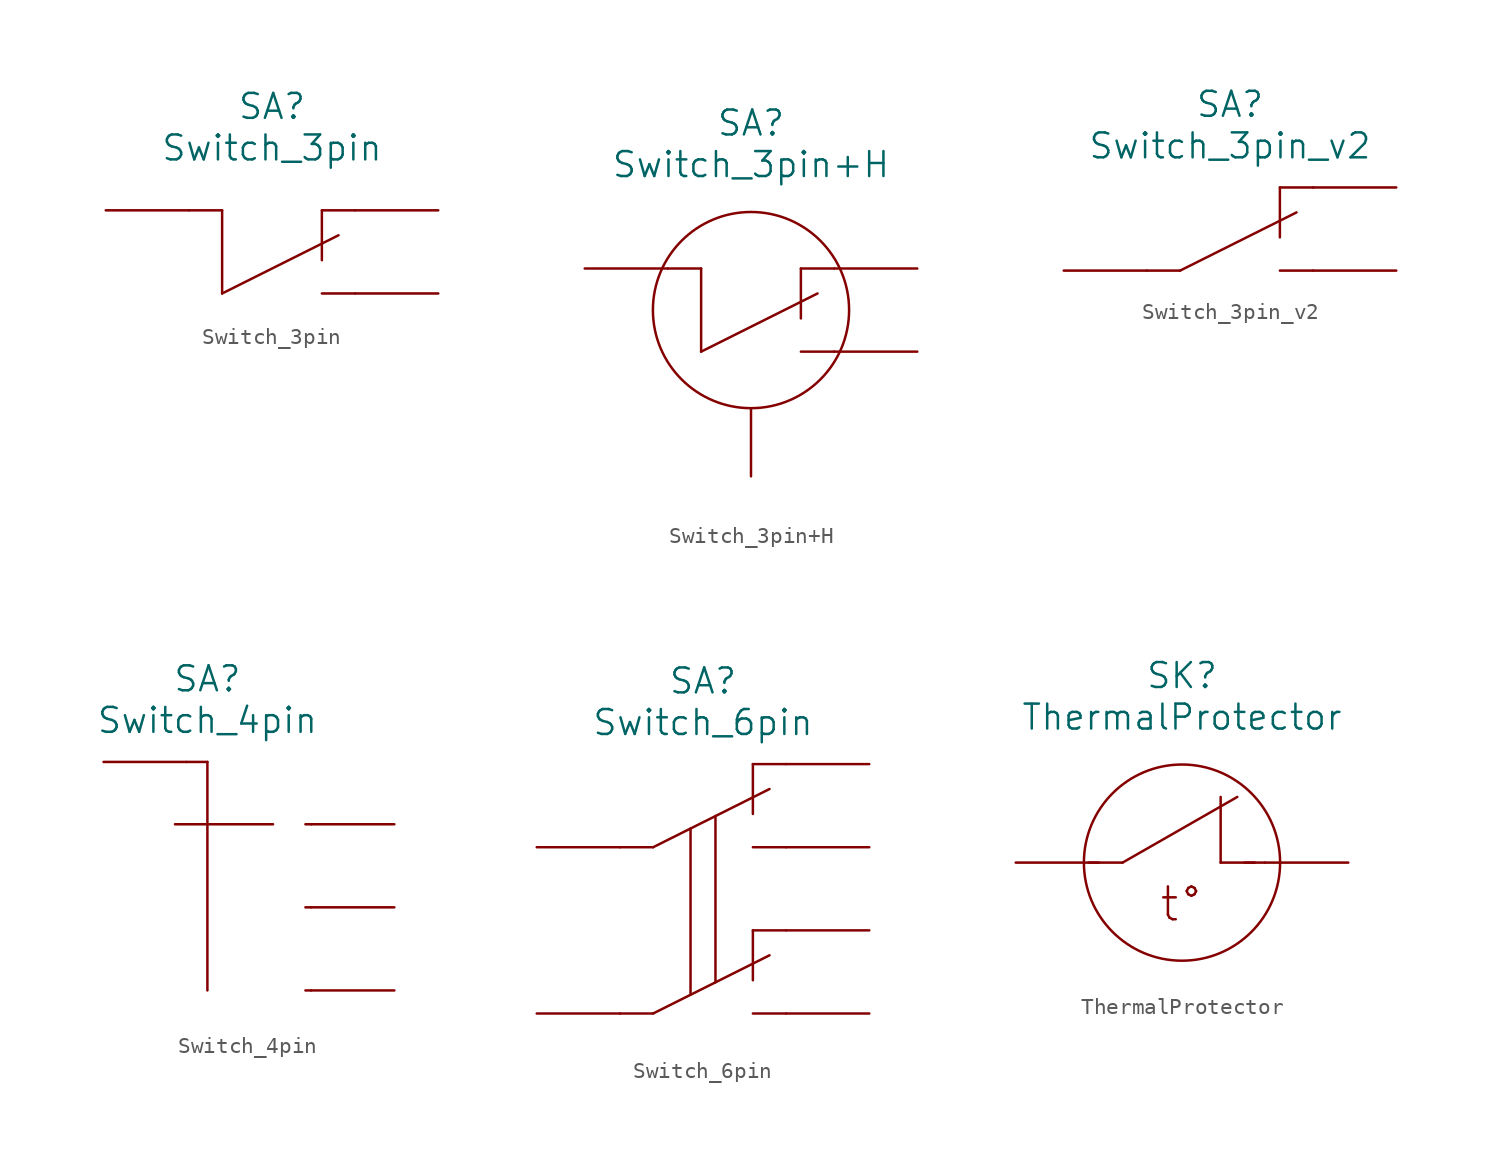
<source format=kicad_sym>
(kicad_symbol_lib
  (version 20220914)
  (generator kicad_symbol_editor)
  (symbol "Switch_3pin"
    (pin_numbers hide)
    (pin_names
      (offset 1.016) hide)
    (property "Reference" "SA"
      (at 0 6.35 0)
      (effects (font (size 1.524 1.524))))
    (property "Value" "Switch_3pin"
      (at 0 3.81 0)
      (effects (font (size 1.524 1.524))))
    (property "Footprint" ""
      (at -10.16 0 0)
      (effects (font (size 1.524 1.524))))
    (property "Datasheet" ""
      (at -10.16 0 0)
      (effects (font (size 1.524 1.524))))
    (symbol "Switch_3pin_0_1"
      (polyline (pts (xy -3.048 -5.08) (xy -3.048 0)) (stroke (width 0) (type solid)) (fill (type none)))
      (polyline (pts (xy -3.048 -5.08) (xy 4.064 -1.524)) (stroke (width 0) (type solid)) (fill (type none)))
      (polyline (pts (xy -3.048 0) (xy -5.08 0)) (stroke (width 0) (type solid)) (fill (type none)))
      (polyline (pts (xy 3.048 0) (xy 3.048 -3.048)) (stroke (width 0) (type solid)) (fill (type none)))
      (polyline (pts (xy 5.08 -5.08) (xy 3.048 -5.08)) (stroke (width 0) (type solid)) (fill (type none)))
      (polyline (pts (xy 5.08 0) (xy 3.048 0)) (stroke (width 0) (type solid)) (fill (type none))))
    (symbol "Switch_3pin_1_1"
      (pin passive line (at 10.16 0 180) (length 5.08) (name "1" (effects (font (size 1.27 1.27)))) (number "1" (effects (font (size 1.27 1.27)))))
      (pin passive line (at -10.16 0 0) (length 5.08) (name "2" (effects (font (size 1.27 1.27)))) (number "2" (effects (font (size 1.27 1.27)))))
      (pin passive line (at 10.16 -5.08 180) (length 5.08) (name "3" (effects (font (size 1.27 1.27)))) (number "3" (effects (font (size 1.27 1.27)))))))
  (symbol "Switch_3pin+H"
    (pin_numbers hide)
    (pin_names
      (offset 1.016) hide)
    (property "Reference" "SA"
      (at 0 11.43 0)
      (effects (font (size 1.524 1.524))))
    (property "Value" "Switch_3pin+H"
      (at 0 8.89 0)
      (effects (font (size 1.524 1.524))))
    (property "Footprint" ""
      (at -10.16 2.54 0)
      (effects (font (size 1.524 1.524))))
    (property "Datasheet" ""
      (at -10.16 2.54 0)
      (effects (font (size 1.524 1.524))))
    (symbol "Switch_3pin+H_0_1"
      (polyline (pts (xy -3.048 -2.54) (xy 4.064 1.016)) (stroke (width 0) (type solid)) (fill (type none)))
      (polyline (pts (xy -3.048 2.54) (xy -5.08 2.54)) (stroke (width 0) (type solid)) (fill (type none)))
      (polyline (pts (xy -3.048 2.54) (xy -3.048 -2.54)) (stroke (width 0) (type solid)) (fill (type none)))
      (polyline (pts (xy 3.048 2.54) (xy 3.048 -0.508)) (stroke (width 0) (type solid)) (fill (type none)))
      (polyline (pts (xy 5.08 -2.54) (xy 3.048 -2.54)) (stroke (width 0) (type solid)) (fill (type none)))
      (polyline (pts (xy 5.08 2.54) (xy 3.048 2.54)) (stroke (width 0) (type solid)) (fill (type none)))
      (circle (center 0 0) (radius 5.994) (stroke (width 0) (type solid)) (fill (type none))))
    (symbol "Switch_3pin+H_1_1"
      (pin passive line (at 10.16 2.54 180) (length 5.08) (name "1" (effects (font (size 1.27 1.27)))) (number "1" (effects (font (size 1.27 1.27)))))
      (pin passive line (at -10.16 2.54 0) (length 5.08) (name "2" (effects (font (size 1.27 1.27)))) (number "2" (effects (font (size 1.27 1.27)))))
      (pin passive line (at 10.16 -2.54 180) (length 5.08) (name "3" (effects (font (size 1.27 1.27)))) (number "3" (effects (font (size 1.27 1.27)))))
      (pin passive line (at 0 -10.16 90) (length 4.14) (name "H" (effects (font (size 1.27 1.27)))) (number "H" (effects (font (size 1.27 1.27)))))))
  (symbol "Switch_3pin_v2"
    (pin_numbers hide)
    (pin_names
      (offset 1.016) hide)
    (property "Reference" "SA"
      (at 0 10.16 0)
      (effects (font (size 1.524 1.524))))
    (property "Value" "Switch_3pin_v2"
      (at 0 7.62 0)
      (effects (font (size 1.524 1.524))))
    (property "Footprint" ""
      (at -10.16 0 0)
      (effects (font (size 1.524 1.524))))
    (property "Datasheet" ""
      (at -10.16 0 0)
      (effects (font (size 1.524 1.524))))
    (symbol "Switch_3pin_v2_0_1"
      (polyline (pts (xy -3.048 0) (xy -5.08 0)) (stroke (width 0) (type solid)) (fill (type none)))
      (polyline (pts (xy -3.048 0) (xy 4.064 3.556)) (stroke (width 0) (type solid)) (fill (type none)))
      (polyline (pts (xy 3.048 5.08) (xy 3.048 2.032)) (stroke (width 0) (type solid)) (fill (type none)))
      (polyline (pts (xy 5.08 0) (xy 3.048 0)) (stroke (width 0) (type solid)) (fill (type none)))
      (polyline (pts (xy 5.08 5.08) (xy 3.048 5.08)) (stroke (width 0) (type solid)) (fill (type none))))
    (symbol "Switch_3pin_v2_1_1"
      (pin passive line (at 10.16 5.08 180) (length 5.08) (name "1" (effects (font (size 1.27 1.27)))) (number "1" (effects (font (size 1.27 1.27)))))
      (pin passive line (at -10.16 0 0) (length 5.08) (name "2" (effects (font (size 1.27 1.27)))) (number "2" (effects (font (size 1.27 1.27)))))
      (pin passive line (at 10.16 0 180) (length 5.08) (name "3" (effects (font (size 1.27 1.27)))) (number "3" (effects (font (size 1.27 1.27)))))))
  (symbol "Switch_4pin"
    (pin_numbers hide)
    (pin_names
      (offset 1.016) hide)
    (property "Reference" "SA"
      (at 0 8.89 0)
      (effects (font (size 1.524 1.524))))
    (property "Value" "Switch_4pin"
      (at 0 6.35 0)
      (effects (font (size 1.524 1.524))))
    (property "Footprint" ""
      (at -6.35 3.81 0)
      (effects (font (size 1.524 1.524))))
    (property "Datasheet" ""
      (at -6.35 3.81 0)
      (effects (font (size 1.524 1.524))))
    (symbol "Switch_4pin_0_1"
      (polyline (pts (xy 0 3.81) (xy -1.27 3.81)) (stroke (width 0) (type solid)) (fill (type none)))
      (polyline (pts (xy 0 3.81) (xy 0 -10.16)) (stroke (width 0) (type solid)) (fill (type none)))
      (polyline (pts (xy 4.013 0) (xy -1.981 0)) (stroke (width 0) (type solid)) (fill (type none)))
      (polyline (pts (xy 6.35 -10.16) (xy 5.994 -10.16)) (stroke (width 0) (type solid)) (fill (type none)))
      (polyline (pts (xy 6.35 -5.08) (xy 5.994 -5.08)) (stroke (width 0) (type solid)) (fill (type none)))
      (polyline (pts (xy 6.35 0) (xy 5.994 0)) (stroke (width 0) (type solid)) (fill (type none))))
    (symbol "Switch_4pin_1_1"
      (pin passive line (at -6.35 3.81 0) (length 5.08) (name "1" (effects (font (size 1.27 1.27)))) (number "1" (effects (font (size 1.27 1.27)))))
      (pin passive line (at 11.43 0 180) (length 5.08) (name "2" (effects (font (size 1.27 1.27)))) (number "2" (effects (font (size 1.27 1.27)))))
      (pin passive line (at 11.43 -5.08 180) (length 5.08) (name "3" (effects (font (size 1.27 1.27)))) (number "3" (effects (font (size 1.27 1.27)))))
      (pin passive line (at 11.43 -10.16 180) (length 5.08) (name "4" (effects (font (size 1.27 1.27)))) (number "4" (effects (font (size 1.27 1.27)))))))
  (symbol "Switch_6pin"
    (pin_numbers hide)
    (pin_names
      (offset 1.016) hide)
    (property "Reference" "SA"
      (at 0 12.7 0)
      (effects (font (size 1.524 1.524))))
    (property "Value" "Switch_6pin"
      (at 0 10.16 0)
      (effects (font (size 1.524 1.524))))
    (property "Footprint" ""
      (at -10.16 2.54 0)
      (effects (font (size 1.524 1.524))))
    (property "Datasheet" ""
      (at -10.16 2.54 0)
      (effects (font (size 1.524 1.524))))
    (symbol "Switch_6pin_0_1"
      (polyline (pts (xy -3.048 -7.62) (xy -5.08 -7.62)) (stroke (width 0) (type solid)) (fill (type none)))
      (polyline (pts (xy -3.048 -7.62) (xy 4.064 -4.064)) (stroke (width 0) (type solid)) (fill (type none)))
      (polyline (pts (xy -3.048 2.54) (xy -5.08 2.54)) (stroke (width 0) (type solid)) (fill (type none)))
      (polyline (pts (xy -3.048 2.54) (xy 4.064 6.096)) (stroke (width 0) (type solid)) (fill (type none)))
      (polyline (pts (xy -0.762 -6.477) (xy -0.762 3.683)) (stroke (width 0) (type solid)) (fill (type none)))
      (polyline (pts (xy 0.762 4.445) (xy 0.762 -5.715)) (stroke (width 0) (type solid)) (fill (type none)))
      (polyline (pts (xy 3.048 -2.54) (xy 3.048 -5.588)) (stroke (width 0) (type solid)) (fill (type none)))
      (polyline (pts (xy 3.048 7.62) (xy 3.048 4.572)) (stroke (width 0) (type solid)) (fill (type none)))
      (polyline (pts (xy 5.08 -7.62) (xy 3.048 -7.62)) (stroke (width 0) (type solid)) (fill (type none)))
      (polyline (pts (xy 5.08 -2.54) (xy 3.048 -2.54)) (stroke (width 0) (type solid)) (fill (type none)))
      (polyline (pts (xy 5.08 2.54) (xy 3.048 2.54)) (stroke (width 0) (type solid)) (fill (type none)))
      (polyline (pts (xy 5.08 7.62) (xy 3.048 7.62)) (stroke (width 0) (type solid)) (fill (type none))))
    (symbol "Switch_6pin_1_1"
      (pin passive line (at 10.16 7.62 180) (length 5.08) (name "1" (effects (font (size 1.27 1.27)))) (number "1" (effects (font (size 1.27 1.27)))))
      (pin passive line (at -10.16 2.54 0) (length 5.08) (name "2" (effects (font (size 1.27 1.27)))) (number "2" (effects (font (size 1.27 1.27)))))
      (pin passive line (at 10.16 2.54 180) (length 5.08) (name "3" (effects (font (size 1.27 1.27)))) (number "3" (effects (font (size 1.27 1.27)))))
      (pin passive line (at 10.16 -2.54 180) (length 5.08) (name "4" (effects (font (size 1.27 1.27)))) (number "4" (effects (font (size 1.27 1.27)))))
      (pin passive line (at -10.16 -7.62 0) (length 5.08) (name "5" (effects (font (size 1.27 1.27)))) (number "5" (effects (font (size 1.27 1.27)))))
      (pin passive line (at 10.16 -7.62 180) (length 5.08) (name "6" (effects (font (size 1.27 1.27)))) (number "6" (effects (font (size 1.27 1.27)))))))
  (symbol "ThermalProtector"
    (pin_numbers hide)
    (pin_names
      (offset 1.016) hide)
    (property "Reference" "SK"
      (at 0 11.43 0)
      (effects (font (size 1.524 1.524))))
    (property "Value" "ThermalProtector"
      (at 0 8.89 0)
      (effects (font (size 1.524 1.524))))
    (property "Footprint" ""
      (at -10.16 0 0)
      (effects (font (size 1.524 1.524))))
    (property "Datasheet" ""
      (at -10.16 0 0)
      (effects (font (size 1.524 1.524))))
    (symbol "ThermalProtector_0_0"
      (circle (center 0 0) (radius 5.994) (stroke (width 0) (type solid)) (fill (type none)))
      (text "t°" (at 0 -2.54 0) (effects (font (size 2.007 2.007)))))
    (symbol "ThermalProtector_0_1"
      (polyline (pts (xy -3.632 0) (xy -5.715 0)) (stroke (width 0) (type solid)) (fill (type none)))
      (polyline (pts (xy -3.632 0) (xy 3.378 4.013)) (stroke (width 0) (type solid)) (fill (type none)))
      (polyline (pts (xy 2.362 0) (xy 2.362 4.013)) (stroke (width 0) (type solid)) (fill (type none)))
      (polyline (pts (xy 2.362 0) (xy 4.445 0)) (stroke (width 0) (type solid)) (fill (type none)))
      (polyline (pts (xy 5.08 0) (xy 3.81 0)) (stroke (width 0) (type solid)) (fill (type none))))
    (symbol "ThermalProtector_1_1"
      (pin passive line (at -10.16 0 0) (length 5.08) (name "1" (effects (font (size 1.27 1.27)))) (number "1" (effects (font (size 1.27 1.27)))))
      (pin passive line (at 10.16 0 180) (length 5.08) (name "2" (effects (font (size 1.27 1.27)))) (number "2" (effects (font (size 1.27 1.27))))))))
</source>
